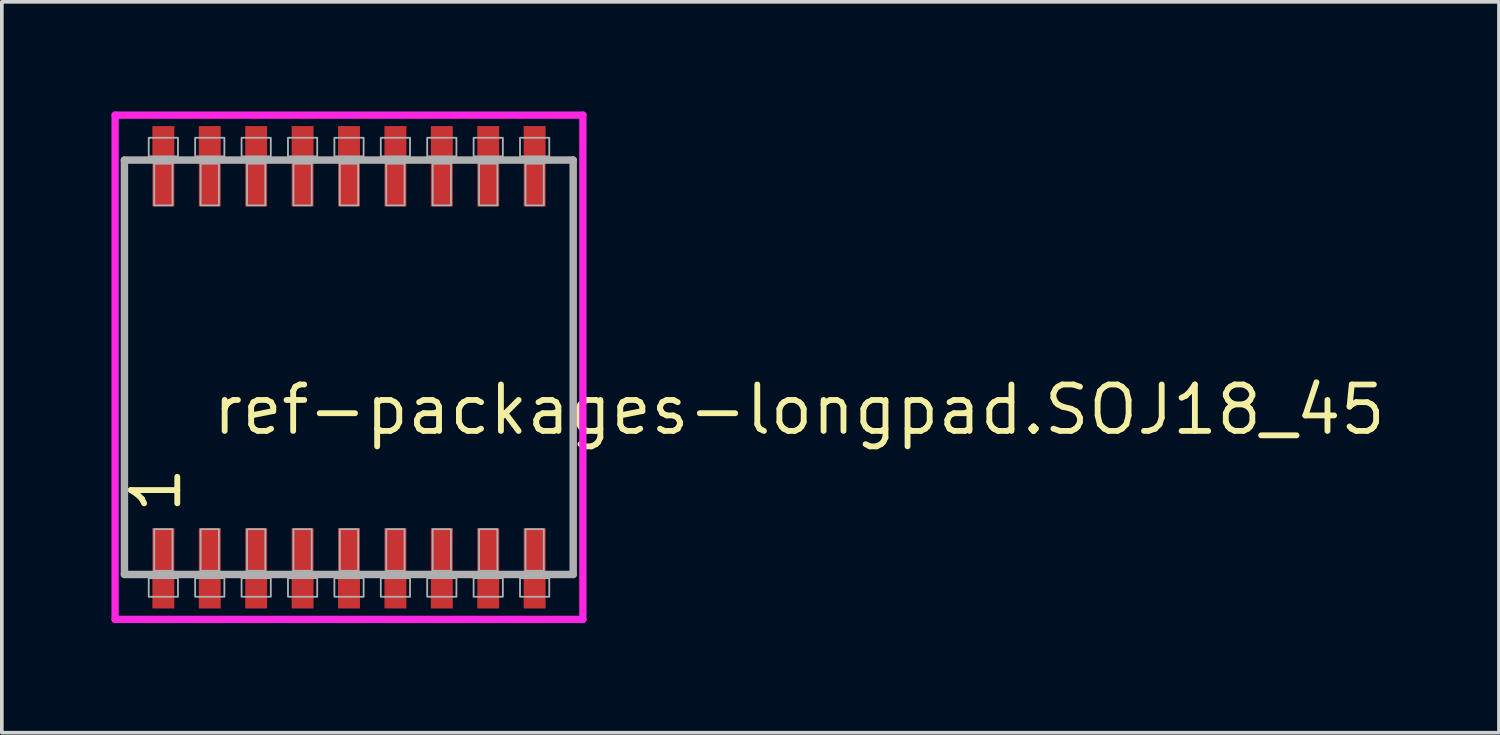
<source format=kicad_pcb>
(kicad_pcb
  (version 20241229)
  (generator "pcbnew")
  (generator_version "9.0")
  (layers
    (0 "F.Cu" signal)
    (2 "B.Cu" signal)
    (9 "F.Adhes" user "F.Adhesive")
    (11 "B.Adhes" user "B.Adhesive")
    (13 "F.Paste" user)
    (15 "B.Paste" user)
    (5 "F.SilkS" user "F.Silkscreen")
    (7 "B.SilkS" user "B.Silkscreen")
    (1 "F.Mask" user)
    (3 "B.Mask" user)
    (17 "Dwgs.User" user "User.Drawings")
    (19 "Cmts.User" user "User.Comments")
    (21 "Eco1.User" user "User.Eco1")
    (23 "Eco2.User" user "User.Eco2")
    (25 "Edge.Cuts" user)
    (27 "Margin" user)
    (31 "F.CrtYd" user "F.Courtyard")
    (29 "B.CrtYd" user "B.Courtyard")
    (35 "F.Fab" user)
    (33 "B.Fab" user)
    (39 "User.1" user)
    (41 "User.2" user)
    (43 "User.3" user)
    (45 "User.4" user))
  (footprint "ref-packages-longpad.SOJ18_45"
    (layer "F.Cu")
    (at 6.5 7)
    (property "Reference" "ref-packages-longpad.SOJ18_45" (at -3.81 1.905 0) (layer "F.SilkS") (effects (font (size 1.27 1.27) (thickness 0.16)) (justify left bottom)))
    (attr smd)
    (fp_line (start -6.4 -6.9) (end 6.4 -6.9) (stroke (width 0.2) (type default)) (layer "F.CrtYd"))
    (fp_line (start -6.4 6.9) (end -6.4 -6.9) (stroke (width 0.2) (type default)) (layer "F.CrtYd"))
    (fp_line (start 6.4 -6.9) (end 6.4 6.9) (stroke (width 0.2) (type default)) (layer "F.CrtYd"))
    (fp_line (start 6.4 6.9) (end -6.4 6.9) (stroke (width 0.2) (type default)) (layer "F.CrtYd"))
    (fp_line (start -6.145 -5.67) (end 6.135 -5.67) (stroke (width 0.203) (type default)) (layer "F.Fab"))
    (fp_line (start -6.145 5.67) (end -6.145 -5.67) (stroke (width 0.203) (type default)) (layer "F.Fab"))
    (fp_line (start 6.135 -5.67) (end 6.135 5.67) (stroke (width 0.203) (type default)) (layer "F.Fab"))
    (fp_line (start 6.135 5.67) (end -6.145 5.67) (stroke (width 0.203) (type default)) (layer "F.Fab"))
    (fp_rect (start -5.48 -5.77) (end -4.68 -6.28) (stroke (width 0.05) (type default)) (fill no) (layer "F.Fab"))
    (fp_rect (start -5.48 6.28) (end -4.68 5.77) (stroke (width 0.05) (type default)) (fill no) (layer "F.Fab"))
    (fp_rect (start -5.33 -4.43) (end -4.83 -5.57) (stroke (width 0.05) (type default)) (fill no) (layer "F.Fab"))
    (fp_rect (start -5.33 5.57) (end -4.83 4.43) (stroke (width 0.05) (type default)) (fill no) (layer "F.Fab"))
    (fp_rect (start -4.21 -5.77) (end -3.41 -6.28) (stroke (width 0.05) (type default)) (fill no) (layer "F.Fab"))
    (fp_rect (start -4.21 6.28) (end -3.41 5.77) (stroke (width 0.05) (type default)) (fill no) (layer "F.Fab"))
    (fp_rect (start -4.06 -4.43) (end -3.56 -5.57) (stroke (width 0.05) (type default)) (fill no) (layer "F.Fab"))
    (fp_rect (start -4.06 5.57) (end -3.56 4.43) (stroke (width 0.05) (type default)) (fill no) (layer "F.Fab"))
    (fp_rect (start -2.94 -5.77) (end -2.14 -6.28) (stroke (width 0.05) (type default)) (fill no) (layer "F.Fab"))
    (fp_rect (start -2.94 6.28) (end -2.14 5.77) (stroke (width 0.05) (type default)) (fill no) (layer "F.Fab"))
    (fp_rect (start -2.79 -4.43) (end -2.29 -5.57) (stroke (width 0.05) (type default)) (fill no) (layer "F.Fab"))
    (fp_rect (start -2.79 5.57) (end -2.29 4.43) (stroke (width 0.05) (type default)) (fill no) (layer "F.Fab"))
    (fp_rect (start -1.67 -5.77) (end -0.87 -6.28) (stroke (width 0.05) (type default)) (fill no) (layer "F.Fab"))
    (fp_rect (start -1.67 6.28) (end -0.87 5.77) (stroke (width 0.05) (type default)) (fill no) (layer "F.Fab"))
    (fp_rect (start -1.52 -4.43) (end -1.02 -5.57) (stroke (width 0.05) (type default)) (fill no) (layer "F.Fab"))
    (fp_rect (start -1.52 5.57) (end -1.02 4.43) (stroke (width 0.05) (type default)) (fill no) (layer "F.Fab"))
    (fp_rect (start -0.4 -5.77) (end 0.4 -6.28) (stroke (width 0.05) (type default)) (fill no) (layer "F.Fab"))
    (fp_rect (start -0.4 6.28) (end 0.4 5.77) (stroke (width 0.05) (type default)) (fill no) (layer "F.Fab"))
    (fp_rect (start -0.25 -4.43) (end 0.25 -5.57) (stroke (width 0.05) (type default)) (fill no) (layer "F.Fab"))
    (fp_rect (start -0.25 5.57) (end 0.25 4.43) (stroke (width 0.05) (type default)) (fill no) (layer "F.Fab"))
    (fp_rect (start 0.87 -5.77) (end 1.67 -6.28) (stroke (width 0.05) (type default)) (fill no) (layer "F.Fab"))
    (fp_rect (start 0.87 6.28) (end 1.67 5.77) (stroke (width 0.05) (type default)) (fill no) (layer "F.Fab"))
    (fp_rect (start 1.02 -4.43) (end 1.52 -5.57) (stroke (width 0.05) (type default)) (fill no) (layer "F.Fab"))
    (fp_rect (start 1.02 5.57) (end 1.52 4.43) (stroke (width 0.05) (type default)) (fill no) (layer "F.Fab"))
    (fp_rect (start 2.14 -5.77) (end 2.94 -6.28) (stroke (width 0.05) (type default)) (fill no) (layer "F.Fab"))
    (fp_rect (start 2.14 6.28) (end 2.94 5.77) (stroke (width 0.05) (type default)) (fill no) (layer "F.Fab"))
    (fp_rect (start 2.29 -4.43) (end 2.79 -5.57) (stroke (width 0.05) (type default)) (fill no) (layer "F.Fab"))
    (fp_rect (start 2.29 5.57) (end 2.79 4.43) (stroke (width 0.05) (type default)) (fill no) (layer "F.Fab"))
    (fp_rect (start 3.41 -5.77) (end 4.21 -6.28) (stroke (width 0.05) (type default)) (fill no) (layer "F.Fab"))
    (fp_rect (start 3.41 6.28) (end 4.21 5.77) (stroke (width 0.05) (type default)) (fill no) (layer "F.Fab"))
    (fp_rect (start 3.56 -4.43) (end 4.06 -5.57) (stroke (width 0.05) (type default)) (fill no) (layer "F.Fab"))
    (fp_rect (start 3.56 5.57) (end 4.06 4.43) (stroke (width 0.05) (type default)) (fill no) (layer "F.Fab"))
    (fp_rect (start 4.68 -5.77) (end 5.48 -6.28) (stroke (width 0.05) (type default)) (fill no) (layer "F.Fab"))
    (fp_rect (start 4.68 6.28) (end 5.48 5.77) (stroke (width 0.05) (type default)) (fill no) (layer "F.Fab"))
    (fp_rect (start 4.83 -4.43) (end 5.33 -5.57) (stroke (width 0.05) (type default)) (fill no) (layer "F.Fab"))
    (fp_rect (start 4.83 5.57) (end 5.33 4.43) (stroke (width 0.05) (type default)) (fill no) (layer "F.Fab"))
    (fp_text user "1" (at -4.535 4.07 90) (layer "F.SilkS") (effects (font (size 1.27 1.27) (thickness 0.16)) (justify left bottom)))
    (pad "1" smd roundrect (at -5.08 5.5) (size 0.6 2.2) (layers "F.Cu" "F.Mask" "F.Paste") (roundrect_rratio 0.01))
    (pad "2" smd roundrect (at -3.81 5.5) (size 0.6 2.2) (layers "F.Cu" "F.Mask" "F.Paste") (roundrect_rratio 0.01))
    (pad "3" smd roundrect (at -2.54 5.5) (size 0.6 2.2) (layers "F.Cu" "F.Mask" "F.Paste") (roundrect_rratio 0.01))
    (pad "4" smd roundrect (at -1.27 5.5) (size 0.6 2.2) (layers "F.Cu" "F.Mask" "F.Paste") (roundrect_rratio 0.01))
    (pad "5" smd roundrect (at 0 5.5) (size 0.6 2.2) (layers "F.Cu" "F.Mask" "F.Paste") (roundrect_rratio 0.01))
    (pad "6" smd roundrect (at 1.27 5.5) (size 0.6 2.2) (layers "F.Cu" "F.Mask" "F.Paste") (roundrect_rratio 0.01))
    (pad "7" smd roundrect (at 2.54 5.5) (size 0.6 2.2) (layers "F.Cu" "F.Mask" "F.Paste") (roundrect_rratio 0.01))
    (pad "8" smd roundrect (at 3.81 5.5) (size 0.6 2.2) (layers "F.Cu" "F.Mask" "F.Paste") (roundrect_rratio 0.01))
    (pad "9" smd roundrect (at 5.08 5.5) (size 0.6 2.2) (layers "F.Cu" "F.Mask" "F.Paste") (roundrect_rratio 0.01))
    (pad "10" smd roundrect (at 5.08 -5.5) (size 0.6 2.2) (layers "F.Cu" "F.Mask" "F.Paste") (roundrect_rratio 0.01))
    (pad "11" smd roundrect (at 3.81 -5.5) (size 0.6 2.2) (layers "F.Cu" "F.Mask" "F.Paste") (roundrect_rratio 0.01))
    (pad "12" smd roundrect (at 2.54 -5.5) (size 0.6 2.2) (layers "F.Cu" "F.Mask" "F.Paste") (roundrect_rratio 0.01))
    (pad "13" smd roundrect (at 1.27 -5.5) (size 0.6 2.2) (layers "F.Cu" "F.Mask" "F.Paste") (roundrect_rratio 0.01))
    (pad "14" smd roundrect (at 0 -5.5) (size 0.6 2.2) (layers "F.Cu" "F.Mask" "F.Paste") (roundrect_rratio 0.01))
    (pad "15" smd roundrect (at -1.27 -5.5) (size 0.6 2.2) (layers "F.Cu" "F.Mask" "F.Paste") (roundrect_rratio 0.01))
    (pad "16" smd roundrect (at -2.54 -5.5) (size 0.6 2.2) (layers "F.Cu" "F.Mask" "F.Paste") (roundrect_rratio 0.01))
    (pad "17" smd roundrect (at -3.81 -5.5) (size 0.6 2.2) (layers "F.Cu" "F.Mask" "F.Paste") (roundrect_rratio 0.01))
    (pad "18" smd roundrect (at -5.08 -5.5) (size 0.6 2.2) (layers "F.Cu" "F.Mask" "F.Paste") (roundrect_rratio 0.01)))
  (gr_rect
    (start -3 -3)
    (end 37.968 17)
    (stroke (width 0.1) (type default))
    (fill no)
    (layer "Edge.Cuts")))
</source>
